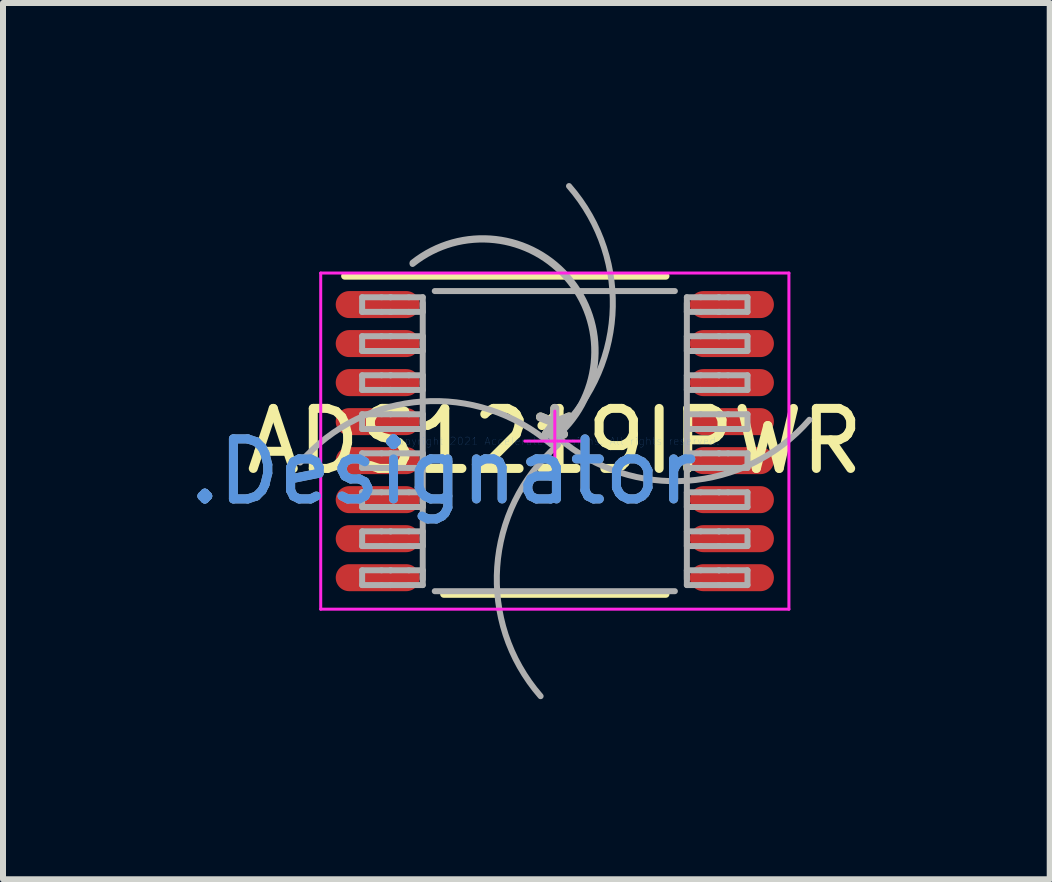
<source format=kicad_pcb>
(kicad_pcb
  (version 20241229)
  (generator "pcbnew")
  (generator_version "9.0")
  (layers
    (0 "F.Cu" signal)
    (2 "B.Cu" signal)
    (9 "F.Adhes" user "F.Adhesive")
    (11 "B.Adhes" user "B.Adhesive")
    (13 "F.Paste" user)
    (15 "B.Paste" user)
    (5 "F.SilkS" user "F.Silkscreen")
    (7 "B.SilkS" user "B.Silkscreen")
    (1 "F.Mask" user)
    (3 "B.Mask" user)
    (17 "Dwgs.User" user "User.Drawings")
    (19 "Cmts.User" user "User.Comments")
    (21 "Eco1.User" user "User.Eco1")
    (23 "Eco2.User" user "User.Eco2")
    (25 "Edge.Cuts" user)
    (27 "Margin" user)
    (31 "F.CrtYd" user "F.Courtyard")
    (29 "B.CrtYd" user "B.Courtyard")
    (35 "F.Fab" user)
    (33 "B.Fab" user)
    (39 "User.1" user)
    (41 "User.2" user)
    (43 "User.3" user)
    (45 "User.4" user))
  (footprint "ADS1219IPWR"
    (layer "F.Cu")
    (at 6.193 4.299)
    (property "Reference" "ADS1219IPWR" (at 0 0 0) (layer "F.SilkS") (effects (font (size 1 1) (thickness 0.15))))
    (attr through_hole)
    (fp_line (start -3.5 -2.75) (end 1.85 -2.75) (stroke (width 0.12) (type solid)) (layer "F.SilkS"))
    (fp_line (start -1.85 2.55) (end 1.85 2.55) (stroke (width 0.12) (type solid)) (layer "F.SilkS"))
    (fp_line (start -3.9 -2.8) (end 3.9 -2.8) (stroke (width 0.05) (type solid)) (layer "F.CrtYd"))
    (fp_line (start -3.9 2.8) (end -3.9 -2.8) (stroke (width 0.05) (type solid)) (layer "F.CrtYd"))
    (fp_line (start -3.9 2.8) (end 3.9 2.8) (stroke (width 0.05) (type solid)) (layer "F.CrtYd"))
    (fp_line (start -0.5 0) (end 0.5 0) (stroke (width 0.05) (type solid)) (layer "F.CrtYd"))
    (fp_line (start 0 0.5) (end 0 -0.5) (stroke (width 0.05) (type solid)) (layer "F.CrtYd"))
    (fp_line (start 3.9 2.8) (end 3.9 -2.8) (stroke (width 0.05) (type solid)) (layer "F.CrtYd"))
    (fp_line (start -3.21 -2.397) (end -2.887 -2.397) (stroke (width 0.1) (type solid)) (layer "F.Fab"))
    (fp_line (start -3.21 -2.153) (end -3.21 -2.397) (stroke (width 0.1) (type solid)) (layer "F.Fab"))
    (fp_line (start -3.21 -2.153) (end -2.887 -2.153) (stroke (width 0.1) (type solid)) (layer "F.Fab"))
    (fp_line (start -3.21 -1.748) (end -2.887 -1.748) (stroke (width 0.1) (type solid)) (layer "F.Fab"))
    (fp_line (start -3.21 -1.502) (end -3.21 -1.748) (stroke (width 0.1) (type solid)) (layer "F.Fab"))
    (fp_line (start -3.21 -1.502) (end -2.887 -1.502) (stroke (width 0.1) (type solid)) (layer "F.Fab"))
    (fp_line (start -3.21 -1.097) (end -2.887 -1.097) (stroke (width 0.1) (type solid)) (layer "F.Fab"))
    (fp_line (start -3.21 -0.853) (end -3.21 -1.097) (stroke (width 0.1) (type solid)) (layer "F.Fab"))
    (fp_line (start -3.21 -0.853) (end -2.887 -0.853) (stroke (width 0.1) (type solid)) (layer "F.Fab"))
    (fp_line (start -3.21 -0.448) (end -2.887 -0.448) (stroke (width 0.1) (type solid)) (layer "F.Fab"))
    (fp_line (start -3.21 -0.202) (end -3.21 -0.448) (stroke (width 0.1) (type solid)) (layer "F.Fab"))
    (fp_line (start -3.21 -0.202) (end -2.887 -0.202) (stroke (width 0.1) (type solid)) (layer "F.Fab"))
    (fp_line (start -3.21 0.203) (end -2.887 0.203) (stroke (width 0.1) (type solid)) (layer "F.Fab"))
    (fp_line (start -3.21 0.447) (end -3.21 0.203) (stroke (width 0.1) (type solid)) (layer "F.Fab"))
    (fp_line (start -3.21 0.447) (end -2.887 0.447) (stroke (width 0.1) (type solid)) (layer "F.Fab"))
    (fp_line (start -3.21 0.852) (end -2.887 0.852) (stroke (width 0.1) (type solid)) (layer "F.Fab"))
    (fp_line (start -3.21 1.098) (end -3.21 0.852) (stroke (width 0.1) (type solid)) (layer "F.Fab"))
    (fp_line (start -3.21 1.098) (end -2.887 1.098) (stroke (width 0.1) (type solid)) (layer "F.Fab"))
    (fp_line (start -3.21 1.503) (end -2.887 1.503) (stroke (width 0.1) (type solid)) (layer "F.Fab"))
    (fp_line (start -3.21 1.748) (end -3.21 1.503) (stroke (width 0.1) (type solid)) (layer "F.Fab"))
    (fp_line (start -3.21 1.748) (end -2.887 1.748) (stroke (width 0.1) (type solid)) (layer "F.Fab"))
    (fp_line (start -3.21 2.152) (end -2.887 2.152) (stroke (width 0.1) (type solid)) (layer "F.Fab"))
    (fp_line (start -3.21 2.398) (end -3.21 2.152) (stroke (width 0.1) (type solid)) (layer "F.Fab"))
    (fp_line (start -3.21 2.398) (end -2.887 2.398) (stroke (width 0.1) (type solid)) (layer "F.Fab"))
    (fp_line (start -2.887 -2.397) (end -2.739 -2.397) (stroke (width 0.1) (type solid)) (layer "F.Fab"))
    (fp_line (start -2.887 -2.153) (end -2.739 -2.153) (stroke (width 0.1) (type solid)) (layer "F.Fab"))
    (fp_line (start -2.887 -1.748) (end -2.739 -1.748) (stroke (width 0.1) (type solid)) (layer "F.Fab"))
    (fp_line (start -2.887 -1.502) (end -2.739 -1.502) (stroke (width 0.1) (type solid)) (layer "F.Fab"))
    (fp_line (start -2.887 -1.097) (end -2.739 -1.097) (stroke (width 0.1) (type solid)) (layer "F.Fab"))
    (fp_line (start -2.887 -0.853) (end -2.739 -0.853) (stroke (width 0.1) (type solid)) (layer "F.Fab"))
    (fp_line (start -2.887 -0.448) (end -2.739 -0.448) (stroke (width 0.1) (type solid)) (layer "F.Fab"))
    (fp_line (start -2.887 -0.202) (end -2.739 -0.202) (stroke (width 0.1) (type solid)) (layer "F.Fab"))
    (fp_line (start -2.887 0.203) (end -2.739 0.203) (stroke (width 0.1) (type solid)) (layer "F.Fab"))
    (fp_line (start -2.887 0.447) (end -2.739 0.447) (stroke (width 0.1) (type solid)) (layer "F.Fab"))
    (fp_line (start -2.887 0.852) (end -2.739 0.852) (stroke (width 0.1) (type solid)) (layer "F.Fab"))
    (fp_line (start -2.887 1.098) (end -2.739 1.098) (stroke (width 0.1) (type solid)) (layer "F.Fab"))
    (fp_line (start -2.887 1.503) (end -2.739 1.503) (stroke (width 0.1) (type solid)) (layer "F.Fab"))
    (fp_line (start -2.887 1.748) (end -2.739 1.748) (stroke (width 0.1) (type solid)) (layer "F.Fab"))
    (fp_line (start -2.887 2.152) (end -2.739 2.152) (stroke (width 0.1) (type solid)) (layer "F.Fab"))
    (fp_line (start -2.887 2.398) (end -2.739 2.398) (stroke (width 0.1) (type solid)) (layer "F.Fab"))
    (fp_line (start -2.739 -2.397) (end -2.733 -2.397) (stroke (width 0.1) (type solid)) (layer "F.Fab"))
    (fp_line (start -2.739 -2.153) (end -2.733 -2.153) (stroke (width 0.1) (type solid)) (layer "F.Fab"))
    (fp_line (start -2.739 -1.748) (end -2.733 -1.748) (stroke (width 0.1) (type solid)) (layer "F.Fab"))
    (fp_line (start -2.739 -1.502) (end -2.733 -1.502) (stroke (width 0.1) (type solid)) (layer "F.Fab"))
    (fp_line (start -2.739 -1.097) (end -2.733 -1.097) (stroke (width 0.1) (type solid)) (layer "F.Fab"))
    (fp_line (start -2.739 -0.853) (end -2.733 -0.853) (stroke (width 0.1) (type solid)) (layer "F.Fab"))
    (fp_line (start -2.739 -0.448) (end -2.733 -0.448) (stroke (width 0.1) (type solid)) (layer "F.Fab"))
    (fp_line (start -2.739 -0.202) (end -2.733 -0.202) (stroke (width 0.1) (type solid)) (layer "F.Fab"))
    (fp_line (start -2.739 0.203) (end -2.733 0.203) (stroke (width 0.1) (type solid)) (layer "F.Fab"))
    (fp_line (start -2.739 0.447) (end -2.733 0.447) (stroke (width 0.1) (type solid)) (layer "F.Fab"))
    (fp_line (start -2.739 0.852) (end -2.733 0.852) (stroke (width 0.1) (type solid)) (layer "F.Fab"))
    (fp_line (start -2.739 1.098) (end -2.733 1.098) (stroke (width 0.1) (type solid)) (layer "F.Fab"))
    (fp_line (start -2.739 1.503) (end -2.733 1.503) (stroke (width 0.1) (type solid)) (layer "F.Fab"))
    (fp_line (start -2.739 1.748) (end -2.733 1.748) (stroke (width 0.1) (type solid)) (layer "F.Fab"))
    (fp_line (start -2.739 2.152) (end -2.733 2.152) (stroke (width 0.1) (type solid)) (layer "F.Fab"))
    (fp_line (start -2.739 2.398) (end -2.733 2.398) (stroke (width 0.1) (type solid)) (layer "F.Fab"))
    (fp_line (start -2.733 -2.397) (end -2.431 -2.397) (stroke (width 0.1) (type solid)) (layer "F.Fab"))
    (fp_line (start -2.733 -2.153) (end -2.431 -2.153) (stroke (width 0.1) (type solid)) (layer "F.Fab"))
    (fp_line (start -2.733 -1.748) (end -2.431 -1.748) (stroke (width 0.1) (type solid)) (layer "F.Fab"))
    (fp_line (start -2.733 -1.502) (end -2.431 -1.502) (stroke (width 0.1) (type solid)) (layer "F.Fab"))
    (fp_line (start -2.733 -1.097) (end -2.431 -1.097) (stroke (width 0.1) (type solid)) (layer "F.Fab"))
    (fp_line (start -2.733 -0.853) (end -2.431 -0.853) (stroke (width 0.1) (type solid)) (layer "F.Fab"))
    (fp_line (start -2.733 -0.448) (end -2.431 -0.448) (stroke (width 0.1) (type solid)) (layer "F.Fab"))
    (fp_line (start -2.733 -0.202) (end -2.431 -0.202) (stroke (width 0.1) (type solid)) (layer "F.Fab"))
    (fp_line (start -2.733 0.203) (end -2.431 0.203) (stroke (width 0.1) (type solid)) (layer "F.Fab"))
    (fp_line (start -2.733 0.447) (end -2.431 0.447) (stroke (width 0.1) (type solid)) (layer "F.Fab"))
    (fp_line (start -2.733 0.852) (end -2.431 0.852) (stroke (width 0.1) (type solid)) (layer "F.Fab"))
    (fp_line (start -2.733 1.098) (end -2.431 1.098) (stroke (width 0.1) (type solid)) (layer "F.Fab"))
    (fp_line (start -2.733 1.503) (end -2.431 1.503) (stroke (width 0.1) (type solid)) (layer "F.Fab"))
    (fp_line (start -2.733 1.748) (end -2.431 1.748) (stroke (width 0.1) (type solid)) (layer "F.Fab"))
    (fp_line (start -2.733 2.152) (end -2.431 2.152) (stroke (width 0.1) (type solid)) (layer "F.Fab"))
    (fp_line (start -2.733 2.398) (end -2.431 2.398) (stroke (width 0.1) (type solid)) (layer "F.Fab"))
    (fp_line (start -2.431 -2.397) (end -2.2 -2.397) (stroke (width 0.1) (type solid)) (layer "F.Fab"))
    (fp_line (start -2.431 -2.153) (end -2.2 -2.153) (stroke (width 0.1) (type solid)) (layer "F.Fab"))
    (fp_line (start -2.431 -1.748) (end -2.2 -1.748) (stroke (width 0.1) (type solid)) (layer "F.Fab"))
    (fp_line (start -2.431 -1.502) (end -2.2 -1.502) (stroke (width 0.1) (type solid)) (layer "F.Fab"))
    (fp_line (start -2.431 -1.097) (end -2.2 -1.097) (stroke (width 0.1) (type solid)) (layer "F.Fab"))
    (fp_line (start -2.431 -0.853) (end -2.2 -0.853) (stroke (width 0.1) (type solid)) (layer "F.Fab"))
    (fp_line (start -2.431 -0.448) (end -2.2 -0.448) (stroke (width 0.1) (type solid)) (layer "F.Fab"))
    (fp_line (start -2.431 -0.202) (end -2.2 -0.202) (stroke (width 0.1) (type solid)) (layer "F.Fab"))
    (fp_line (start -2.431 0.203) (end -2.2 0.203) (stroke (width 0.1) (type solid)) (layer "F.Fab"))
    (fp_line (start -2.431 0.447) (end -2.2 0.447) (stroke (width 0.1) (type solid)) (layer "F.Fab"))
    (fp_line (start -2.431 0.852) (end -2.2 0.852) (stroke (width 0.1) (type solid)) (layer "F.Fab"))
    (fp_line (start -2.431 1.098) (end -2.2 1.098) (stroke (width 0.1) (type solid)) (layer "F.Fab"))
    (fp_line (start -2.431 1.503) (end -2.2 1.503) (stroke (width 0.1) (type solid)) (layer "F.Fab"))
    (fp_line (start -2.431 1.748) (end -2.2 1.748) (stroke (width 0.1) (type solid)) (layer "F.Fab"))
    (fp_line (start -2.431 2.152) (end -2.2 2.152) (stroke (width 0.1) (type solid)) (layer "F.Fab"))
    (fp_line (start -2.431 2.398) (end -2.2 2.398) (stroke (width 0.1) (type solid)) (layer "F.Fab"))
    (fp_line (start -2.2 -2.153) (end -2.2 -2.397) (stroke (width 0.1) (type solid)) (layer "F.Fab"))
    (fp_line (start -2.2 -1.502) (end -2.2 -1.748) (stroke (width 0.1) (type solid)) (layer "F.Fab"))
    (fp_line (start -2.2 -0.853) (end -2.2 -1.097) (stroke (width 0.1) (type solid)) (layer "F.Fab"))
    (fp_line (start -2.2 -0.202) (end -2.2 -0.448) (stroke (width 0.1) (type solid)) (layer "F.Fab"))
    (fp_line (start -2.2 0.447) (end -2.2 0.203) (stroke (width 0.1) (type solid)) (layer "F.Fab"))
    (fp_line (start -2.2 1.098) (end -2.2 0.852) (stroke (width 0.1) (type solid)) (layer "F.Fab"))
    (fp_line (start -2.2 1.748) (end -2.2 1.503) (stroke (width 0.1) (type solid)) (layer "F.Fab"))
    (fp_line (start -2.2 2.3) (end -2.2 -2.3) (stroke (width 0.1) (type solid)) (layer "F.Fab"))
    (fp_line (start -2.2 2.398) (end -2.2 2.152) (stroke (width 0.1) (type solid)) (layer "F.Fab"))
    (fp_line (start -2 -2.5) (end 2 -2.5) (stroke (width 0.1) (type solid)) (layer "F.Fab"))
    (fp_line (start -2 2.5) (end 2 2.5) (stroke (width 0.1) (type solid)) (layer "F.Fab"))
    (fp_line (start 2.2 -2.397) (end 2.43 -2.397) (stroke (width 0.1) (type solid)) (layer "F.Fab"))
    (fp_line (start 2.2 -2.153) (end 2.2 -2.397) (stroke (width 0.1) (type solid)) (layer "F.Fab"))
    (fp_line (start 2.2 -2.153) (end 2.43 -2.153) (stroke (width 0.1) (type solid)) (layer "F.Fab"))
    (fp_line (start 2.2 -1.748) (end 2.43 -1.748) (stroke (width 0.1) (type solid)) (layer "F.Fab"))
    (fp_line (start 2.2 -1.502) (end 2.2 -1.748) (stroke (width 0.1) (type solid)) (layer "F.Fab"))
    (fp_line (start 2.2 -1.502) (end 2.43 -1.502) (stroke (width 0.1) (type solid)) (layer "F.Fab"))
    (fp_line (start 2.2 -1.097) (end 2.43 -1.097) (stroke (width 0.1) (type solid)) (layer "F.Fab"))
    (fp_line (start 2.2 -0.853) (end 2.2 -1.097) (stroke (width 0.1) (type solid)) (layer "F.Fab"))
    (fp_line (start 2.2 -0.853) (end 2.43 -0.853) (stroke (width 0.1) (type solid)) (layer "F.Fab"))
    (fp_line (start 2.2 -0.448) (end 2.43 -0.448) (stroke (width 0.1) (type solid)) (layer "F.Fab"))
    (fp_line (start 2.2 -0.202) (end 2.2 -0.448) (stroke (width 0.1) (type solid)) (layer "F.Fab"))
    (fp_line (start 2.2 -0.202) (end 2.43 -0.202) (stroke (width 0.1) (type solid)) (layer "F.Fab"))
    (fp_line (start 2.2 0.203) (end 2.43 0.203) (stroke (width 0.1) (type solid)) (layer "F.Fab"))
    (fp_line (start 2.2 0.447) (end 2.2 0.203) (stroke (width 0.1) (type solid)) (layer "F.Fab"))
    (fp_line (start 2.2 0.447) (end 2.43 0.447) (stroke (width 0.1) (type solid)) (layer "F.Fab"))
    (fp_line (start 2.2 0.852) (end 2.43 0.852) (stroke (width 0.1) (type solid)) (layer "F.Fab"))
    (fp_line (start 2.2 1.098) (end 2.2 0.852) (stroke (width 0.1) (type solid)) (layer "F.Fab"))
    (fp_line (start 2.2 1.098) (end 2.43 1.098) (stroke (width 0.1) (type solid)) (layer "F.Fab"))
    (fp_line (start 2.2 1.503) (end 2.43 1.503) (stroke (width 0.1) (type solid)) (layer "F.Fab"))
    (fp_line (start 2.2 1.748) (end 2.2 1.503) (stroke (width 0.1) (type solid)) (layer "F.Fab"))
    (fp_line (start 2.2 1.748) (end 2.43 1.748) (stroke (width 0.1) (type solid)) (layer "F.Fab"))
    (fp_line (start 2.2 2.152) (end 2.43 2.152) (stroke (width 0.1) (type solid)) (layer "F.Fab"))
    (fp_line (start 2.2 2.3) (end 2.2 -2.3) (stroke (width 0.1) (type solid)) (layer "F.Fab"))
    (fp_line (start 2.2 2.398) (end 2.2 2.152) (stroke (width 0.1) (type solid)) (layer "F.Fab"))
    (fp_line (start 2.2 2.398) (end 2.43 2.398) (stroke (width 0.1) (type solid)) (layer "F.Fab"))
    (fp_line (start 2.43 -2.397) (end 2.733 -2.397) (stroke (width 0.1) (type solid)) (layer "F.Fab"))
    (fp_line (start 2.43 -2.153) (end 2.733 -2.153) (stroke (width 0.1) (type solid)) (layer "F.Fab"))
    (fp_line (start 2.43 -1.748) (end 2.733 -1.748) (stroke (width 0.1) (type solid)) (layer "F.Fab"))
    (fp_line (start 2.43 -1.502) (end 2.733 -1.502) (stroke (width 0.1) (type solid)) (layer "F.Fab"))
    (fp_line (start 2.43 -1.097) (end 2.733 -1.097) (stroke (width 0.1) (type solid)) (layer "F.Fab"))
    (fp_line (start 2.43 -0.853) (end 2.733 -0.853) (stroke (width 0.1) (type solid)) (layer "F.Fab"))
    (fp_line (start 2.43 -0.448) (end 2.733 -0.448) (stroke (width 0.1) (type solid)) (layer "F.Fab"))
    (fp_line (start 2.43 -0.202) (end 2.733 -0.202) (stroke (width 0.1) (type solid)) (layer "F.Fab"))
    (fp_line (start 2.43 0.203) (end 2.733 0.203) (stroke (width 0.1) (type solid)) (layer "F.Fab"))
    (fp_line (start 2.43 0.447) (end 2.733 0.447) (stroke (width 0.1) (type solid)) (layer "F.Fab"))
    (fp_line (start 2.43 0.852) (end 2.733 0.852) (stroke (width 0.1) (type solid)) (layer "F.Fab"))
    (fp_line (start 2.43 1.098) (end 2.733 1.098) (stroke (width 0.1) (type solid)) (layer "F.Fab"))
    (fp_line (start 2.43 1.503) (end 2.733 1.503) (stroke (width 0.1) (type solid)) (layer "F.Fab"))
    (fp_line (start 2.43 1.748) (end 2.733 1.748) (stroke (width 0.1) (type solid)) (layer "F.Fab"))
    (fp_line (start 2.43 2.152) (end 2.733 2.152) (stroke (width 0.1) (type solid)) (layer "F.Fab"))
    (fp_line (start 2.43 2.398) (end 2.733 2.398) (stroke (width 0.1) (type solid)) (layer "F.Fab"))
    (fp_line (start 2.733 -2.397) (end 2.739 -2.397) (stroke (width 0.1) (type solid)) (layer "F.Fab"))
    (fp_line (start 2.733 -2.153) (end 2.739 -2.153) (stroke (width 0.1) (type solid)) (layer "F.Fab"))
    (fp_line (start 2.733 -1.748) (end 2.739 -1.748) (stroke (width 0.1) (type solid)) (layer "F.Fab"))
    (fp_line (start 2.733 -1.502) (end 2.739 -1.502) (stroke (width 0.1) (type solid)) (layer "F.Fab"))
    (fp_line (start 2.733 -1.097) (end 2.739 -1.097) (stroke (width 0.1) (type solid)) (layer "F.Fab"))
    (fp_line (start 2.733 -0.853) (end 2.739 -0.853) (stroke (width 0.1) (type solid)) (layer "F.Fab"))
    (fp_line (start 2.733 -0.448) (end 2.739 -0.448) (stroke (width 0.1) (type solid)) (layer "F.Fab"))
    (fp_line (start 2.733 -0.202) (end 2.739 -0.202) (stroke (width 0.1) (type solid)) (layer "F.Fab"))
    (fp_line (start 2.733 0.203) (end 2.739 0.203) (stroke (width 0.1) (type solid)) (layer "F.Fab"))
    (fp_line (start 2.733 0.447) (end 2.739 0.447) (stroke (width 0.1) (type solid)) (layer "F.Fab"))
    (fp_line (start 2.733 0.852) (end 2.739 0.852) (stroke (width 0.1) (type solid)) (layer "F.Fab"))
    (fp_line (start 2.733 1.098) (end 2.739 1.098) (stroke (width 0.1) (type solid)) (layer "F.Fab"))
    (fp_line (start 2.733 1.503) (end 2.739 1.503) (stroke (width 0.1) (type solid)) (layer "F.Fab"))
    (fp_line (start 2.733 1.748) (end 2.739 1.748) (stroke (width 0.1) (type solid)) (layer "F.Fab"))
    (fp_line (start 2.733 2.152) (end 2.739 2.152) (stroke (width 0.1) (type solid)) (layer "F.Fab"))
    (fp_line (start 2.733 2.398) (end 2.739 2.398) (stroke (width 0.1) (type solid)) (layer "F.Fab"))
    (fp_line (start 2.739 -2.397) (end 2.887 -2.397) (stroke (width 0.1) (type solid)) (layer "F.Fab"))
    (fp_line (start 2.739 -2.153) (end 2.887 -2.153) (stroke (width 0.1) (type solid)) (layer "F.Fab"))
    (fp_line (start 2.739 -1.748) (end 2.887 -1.748) (stroke (width 0.1) (type solid)) (layer "F.Fab"))
    (fp_line (start 2.739 -1.502) (end 2.887 -1.502) (stroke (width 0.1) (type solid)) (layer "F.Fab"))
    (fp_line (start 2.739 -1.097) (end 2.887 -1.097) (stroke (width 0.1) (type solid)) (layer "F.Fab"))
    (fp_line (start 2.739 -0.853) (end 2.887 -0.853) (stroke (width 0.1) (type solid)) (layer "F.Fab"))
    (fp_line (start 2.739 -0.448) (end 2.887 -0.448) (stroke (width 0.1) (type solid)) (layer "F.Fab"))
    (fp_line (start 2.739 -0.202) (end 2.887 -0.202) (stroke (width 0.1) (type solid)) (layer "F.Fab"))
    (fp_line (start 2.739 0.203) (end 2.887 0.203) (stroke (width 0.1) (type solid)) (layer "F.Fab"))
    (fp_line (start 2.739 0.447) (end 2.887 0.447) (stroke (width 0.1) (type solid)) (layer "F.Fab"))
    (fp_line (start 2.739 0.852) (end 2.887 0.852) (stroke (width 0.1) (type solid)) (layer "F.Fab"))
    (fp_line (start 2.739 1.098) (end 2.887 1.098) (stroke (width 0.1) (type solid)) (layer "F.Fab"))
    (fp_line (start 2.739 1.503) (end 2.887 1.503) (stroke (width 0.1) (type solid)) (layer "F.Fab"))
    (fp_line (start 2.739 1.748) (end 2.887 1.748) (stroke (width 0.1) (type solid)) (layer "F.Fab"))
    (fp_line (start 2.739 2.152) (end 2.887 2.152) (stroke (width 0.1) (type solid)) (layer "F.Fab"))
    (fp_line (start 2.739 2.398) (end 2.887 2.398) (stroke (width 0.1) (type solid)) (layer "F.Fab"))
    (fp_line (start 2.887 -2.397) (end 3.21 -2.397) (stroke (width 0.1) (type solid)) (layer "F.Fab"))
    (fp_line (start 2.887 -2.153) (end 3.21 -2.153) (stroke (width 0.1) (type solid)) (layer "F.Fab"))
    (fp_line (start 2.887 -1.748) (end 3.21 -1.748) (stroke (width 0.1) (type solid)) (layer "F.Fab"))
    (fp_line (start 2.887 -1.502) (end 3.21 -1.502) (stroke (width 0.1) (type solid)) (layer "F.Fab"))
    (fp_line (start 2.887 -1.097) (end 3.21 -1.097) (stroke (width 0.1) (type solid)) (layer "F.Fab"))
    (fp_line (start 2.887 -0.853) (end 3.21 -0.853) (stroke (width 0.1) (type solid)) (layer "F.Fab"))
    (fp_line (start 2.887 -0.448) (end 3.21 -0.448) (stroke (width 0.1) (type solid)) (layer "F.Fab"))
    (fp_line (start 2.887 -0.202) (end 3.21 -0.202) (stroke (width 0.1) (type solid)) (layer "F.Fab"))
    (fp_line (start 2.887 0.203) (end 3.21 0.203) (stroke (width 0.1) (type solid)) (layer "F.Fab"))
    (fp_line (start 2.887 0.447) (end 3.21 0.447) (stroke (width 0.1) (type solid)) (layer "F.Fab"))
    (fp_line (start 2.887 0.852) (end 3.21 0.852) (stroke (width 0.1) (type solid)) (layer "F.Fab"))
    (fp_line (start 2.887 1.098) (end 3.21 1.098) (stroke (width 0.1) (type solid)) (layer "F.Fab"))
    (fp_line (start 2.887 1.503) (end 3.21 1.503) (stroke (width 0.1) (type solid)) (layer "F.Fab"))
    (fp_line (start 2.887 1.748) (end 3.21 1.748) (stroke (width 0.1) (type solid)) (layer "F.Fab"))
    (fp_line (start 2.887 2.152) (end 3.21 2.152) (stroke (width 0.1) (type solid)) (layer "F.Fab"))
    (fp_line (start 2.887 2.398) (end 3.21 2.398) (stroke (width 0.1) (type solid)) (layer "F.Fab"))
    (fp_line (start 3.21 -2.153) (end 3.21 -2.397) (stroke (width 0.1) (type solid)) (layer "F.Fab"))
    (fp_line (start 3.21 -1.502) (end 3.21 -1.748) (stroke (width 0.1) (type solid)) (layer "F.Fab"))
    (fp_line (start 3.21 -0.853) (end 3.21 -1.097) (stroke (width 0.1) (type solid)) (layer "F.Fab"))
    (fp_line (start 3.21 -0.202) (end 3.21 -0.448) (stroke (width 0.1) (type solid)) (layer "F.Fab"))
    (fp_line (start 3.21 0.447) (end 3.21 0.203) (stroke (width 0.1) (type solid)) (layer "F.Fab"))
    (fp_line (start 3.21 1.098) (end 3.21 0.852) (stroke (width 0.1) (type solid)) (layer "F.Fab"))
    (fp_line (start 3.21 1.748) (end 3.21 1.503) (stroke (width 0.1) (type solid)) (layer "F.Fab"))
    (fp_line (start 3.21 2.398) (end 3.21 2.152) (stroke (width 0.1) (type solid)) (layer "F.Fab"))
    (fp_arc (start -4.2416 0.355899) (mid -2.21035 -0.659732) (end -0.05588 0.05842) (stroke (width 0.1) (type solid)) (layer "F.Fab"))
    (fp_arc (start -2.369526 -2.972064) (mid 0.272059 -2.669525) (end -0.03048 -0.02794) (stroke (width 0.1) (type solid)) (layer "F.Fab"))
    (fp_arc (start -2.369526 -2.951744) (mid 0.251739 -2.669525) (end -0.03048 -0.04826) (stroke (width 0.1) (type solid)) (layer "F.Fab"))
    (fp_arc (start -0.236525 4.249207) (mid -0.959751 2.096847) (end 0.0508 0.0635) (stroke (width 0.1) (type solid)) (layer "F.Fab"))
    (fp_arc (start 0.236496 -4.249205) (mid 0.959737 -2.096851) (end -0.0508 -0.0635) (stroke (width 0.1) (type solid)) (layer "F.Fab"))
    (fp_arc (start 4.241571 -0.355889) (mid 2.210333 0.65973) (end 0.05588 -0.05842) (stroke (width 0.1) (type solid)) (layer "F.Fab"))
    (fp_text user "*" (at 0 0 0) (layer "F.SilkS") (effects (font (size 1 1) (thickness 0.15))))
    (fp_text user ".Designator" (at -1.854 0.508 0) (layer "Cmts.User") (effects (font (size 1 1) (thickness 0.15))))
    (fp_text user "Copyright 2021 Accelerated Designs. All rights reserved." (at 0 0 0) (layer "Cmts.User") (effects (font (size 0.127 0.127) (thickness 0.002))))
    (fp_text user "*" (at 0 0 0) (layer "F.Fab") (effects (font (size 1 1) (thickness 0.15))))
    (fp_text user ".Designator" (at -1.854 0.508 0) (layer "F.Fab") (effects (font (size 1 1) (thickness 0.15))))
    (pad "1" smd oval (at -2.95 -2.275 90) (size 0.45 1.4) (layers "F.Cu" "F.Mask" "F.Paste"))
    (pad "2" smd oval (at -2.95 -1.625 90) (size 0.45 1.4) (layers "F.Cu" "F.Mask" "F.Paste"))
    (pad "3" smd oval (at -2.95 -0.975 90) (size 0.45 1.4) (layers "F.Cu" "F.Mask" "F.Paste"))
    (pad "4" smd oval (at -2.95 -0.325 90) (size 0.45 1.4) (layers "F.Cu" "F.Mask" "F.Paste"))
    (pad "5" smd oval (at -2.95 0.325 90) (size 0.45 1.4) (layers "F.Cu" "F.Mask" "F.Paste"))
    (pad "6" smd oval (at -2.95 0.975 90) (size 0.45 1.4) (layers "F.Cu" "F.Mask" "F.Paste"))
    (pad "7" smd oval (at -2.95 1.625 90) (size 0.45 1.4) (layers "F.Cu" "F.Mask" "F.Paste"))
    (pad "8" smd oval (at -2.95 2.275 90) (size 0.45 1.4) (layers "F.Cu" "F.Mask" "F.Paste"))
    (pad "9" smd oval (at 2.95 2.275 90) (size 0.45 1.4) (layers "F.Cu" "F.Mask" "F.Paste"))
    (pad "10" smd oval (at 2.95 1.625 90) (size 0.45 1.4) (layers "F.Cu" "F.Mask" "F.Paste"))
    (pad "11" smd oval (at 2.95 0.975 90) (size 0.45 1.4) (layers "F.Cu" "F.Mask" "F.Paste"))
    (pad "12" smd oval (at 2.95 0.325 90) (size 0.45 1.4) (layers "F.Cu" "F.Mask" "F.Paste"))
    (pad "13" smd oval (at 2.95 -0.325 90) (size 0.45 1.4) (layers "F.Cu" "F.Mask" "F.Paste"))
    (pad "14" smd oval (at 2.95 -0.975 90) (size 0.45 1.4) (layers "F.Cu" "F.Mask" "F.Paste"))
    (pad "15" smd oval (at 2.95 -1.625 90) (size 0.45 1.4) (layers "F.Cu" "F.Mask" "F.Paste"))
    (pad "16" smd oval (at 2.95 -2.275 90) (size 0.45 1.4) (layers "F.Cu" "F.Mask" "F.Paste")))
  (gr_rect
    (start -3 -3)
    (end 14.438 11.598)
    (stroke (width 0.1) (type default))
    (fill no)
    (layer "Edge.Cuts")))
</source>
